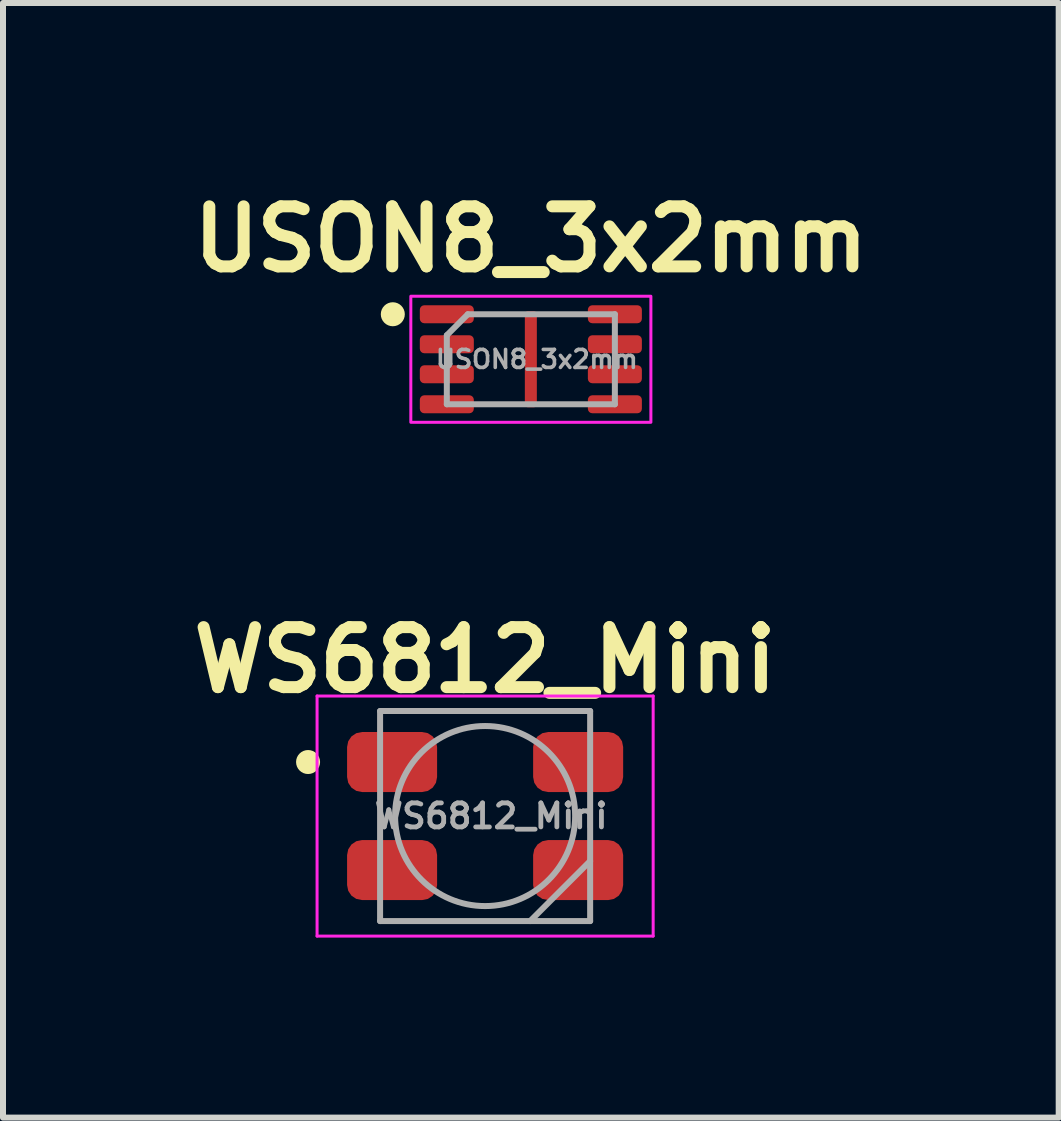
<source format=kicad_pcb>
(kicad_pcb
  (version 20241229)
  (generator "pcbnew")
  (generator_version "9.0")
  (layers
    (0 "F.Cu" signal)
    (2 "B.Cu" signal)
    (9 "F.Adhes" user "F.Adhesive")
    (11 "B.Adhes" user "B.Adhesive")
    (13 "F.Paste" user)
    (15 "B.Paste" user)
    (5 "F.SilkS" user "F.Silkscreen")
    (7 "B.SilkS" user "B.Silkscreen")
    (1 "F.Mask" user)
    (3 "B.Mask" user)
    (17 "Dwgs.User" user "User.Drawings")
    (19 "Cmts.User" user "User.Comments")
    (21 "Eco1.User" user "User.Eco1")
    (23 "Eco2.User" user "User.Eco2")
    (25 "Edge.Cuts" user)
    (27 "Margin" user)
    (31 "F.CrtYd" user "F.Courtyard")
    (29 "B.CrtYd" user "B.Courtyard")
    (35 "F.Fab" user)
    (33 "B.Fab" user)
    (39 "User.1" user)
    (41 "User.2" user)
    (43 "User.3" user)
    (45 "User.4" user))
  (footprint "WS6812_Mini"
    (layer "F.Cu")
    (at 5.033 10.547)
    (property "Reference" "WS6812_Mini" (at 0 -2.6 0) (unlocked yes) (layer "F.SilkS") (effects (font (size 1 1) (thickness 0.2))))
    (attr smd)
    (fp_circle (center -2.95 -0.9) (end -2.8 -0.9) (stroke (width 0.1) (type solid)) (fill yes) (layer "F.SilkS"))
    (fp_line (start -2.8 -2) (end -2.8 2) (stroke (width 0.05) (type solid)) (layer "F.CrtYd"))
    (fp_line (start -2.8 2) (end 2.8 2) (stroke (width 0.05) (type solid)) (layer "F.CrtYd"))
    (fp_line (start 2.8 -2) (end -2.8 -2) (stroke (width 0.05) (type solid)) (layer "F.CrtYd"))
    (fp_line (start 2.8 2) (end 2.8 -2) (stroke (width 0.05) (type solid)) (layer "F.CrtYd"))
    (fp_line (start -1.75 -1.75) (end -1.75 1.75) (stroke (width 0.1) (type solid)) (layer "F.Fab"))
    (fp_line (start -1.75 1.75) (end 1.75 1.75) (stroke (width 0.1) (type solid)) (layer "F.Fab"))
    (fp_line (start 1.75 -1.75) (end -1.75 -1.75) (stroke (width 0.1) (type solid)) (layer "F.Fab"))
    (fp_line (start 1.75 0.75) (end 0.75 1.75) (stroke (width 0.1) (type solid)) (layer "F.Fab"))
    (fp_line (start 1.75 1.75) (end 1.75 -1.75) (stroke (width 0.1) (type solid)) (layer "F.Fab"))
    (fp_circle (center 0 0) (end 0 -1.5) (stroke (width 0.1) (type solid)) (fill no) (layer "F.Fab"))
    (fp_text user "${REFERENCE}" (at 0.1 0 0) (unlocked yes) (layer "F.Fab") (effects (font (size 0.4 0.4) (thickness 0.08))))
    (pad "1" smd roundrect (at -1.55 -0.9) (size 1.5 1) (layers "F.Cu" "F.Mask" "F.Paste") (roundrect_rratio 0.25))
    (pad "2" smd roundrect (at -1.55 0.9) (size 1.5 1) (layers "F.Cu" "F.Mask" "F.Paste") (roundrect_rratio 0.25))
    (pad "3" smd roundrect (at 1.55 0.9) (size 1.5 1) (layers "F.Cu" "F.Mask" "F.Paste") (roundrect_rratio 0.25))
    (pad "4" smd roundrect (at 1.55 -0.9) (size 1.5 1) (layers "F.Cu" "F.Mask" "F.Paste") (roundrect_rratio 0.25)))
  (footprint "USON8_3x2mm"
    (layer "F.Cu")
    (at 5.795 2.936)
    (property "Reference" "USON8_3x2mm" (at 0 -2 0) (unlocked yes) (layer "F.SilkS") (effects (font (size 1 1) (thickness 0.2))))
    (attr smd)
    (fp_circle (center -2.3 -0.75) (end -2.15 -0.75) (stroke (width 0.1) (type solid)) (fill yes) (layer "F.SilkS"))
    (fp_rect (start -2 -1.05) (end 2 1.05) (stroke (width 0.05) (type solid)) (fill no) (layer "F.CrtYd"))
    (fp_line (start -1.4 -0.4) (end -1.4 0.75) (stroke (width 0.1) (type solid)) (layer "F.Fab"))
    (fp_line (start -1.4 0.75) (end 1.4 0.75) (stroke (width 0.1) (type solid)) (layer "F.Fab"))
    (fp_line (start -1.05 -0.75) (end -1.4 -0.4) (stroke (width 0.1) (type solid)) (layer "F.Fab"))
    (fp_line (start 1.4 -0.75) (end -1.05 -0.75) (stroke (width 0.1) (type solid)) (layer "F.Fab"))
    (fp_line (start 1.4 0.75) (end 1.4 -0.75) (stroke (width 0.1) (type solid)) (layer "F.Fab"))
    (fp_text user "${REFERENCE}" (at 0.1 0 0) (unlocked yes) (layer "F.Fab") (effects (font (size 0.3 0.3) (thickness 0.06))))
    (pad "1" smd roundrect (at -1.4 -0.75) (size 0.9 0.3) (layers "F.Cu" "F.Mask" "F.Paste") (roundrect_rratio 0.25))
    (pad "2" smd roundrect (at -1.4 -0.25) (size 0.9 0.3) (layers "F.Cu" "F.Mask" "F.Paste") (roundrect_rratio 0.25))
    (pad "3" smd roundrect (at -1.4 0.25) (size 0.9 0.3) (layers "F.Cu" "F.Mask" "F.Paste") (roundrect_rratio 0.25))
    (pad "4" smd roundrect (at -1.4 0.75) (size 0.9 0.3) (layers "F.Cu" "F.Mask" "F.Paste") (roundrect_rratio 0.25))
    (pad "5" smd roundrect (at 1.4 0.75) (size 0.9 0.3) (layers "F.Cu" "F.Mask" "F.Paste") (roundrect_rratio 0.25))
    (pad "6" smd roundrect (at 1.4 0.25) (size 0.9 0.3) (layers "F.Cu" "F.Mask" "F.Paste") (roundrect_rratio 0.25))
    (pad "7" smd roundrect (at 1.4 -0.25) (size 0.9 0.3) (layers "F.Cu" "F.Mask" "F.Paste") (roundrect_rratio 0.25))
    (pad "8" smd roundrect (at 1.4 -0.75) (size 0.9 0.3) (layers "F.Cu" "F.Mask" "F.Paste") (roundrect_rratio 0.25))
    (pad "9" smd roundrect (at 0 0) (size 0.2 1.6) (layers "F.Cu" "F.Mask" "F.Paste") (roundrect_rratio 0.25)))
  (gr_rect
    (start -3 -3)
    (end 14.59 15.572)
    (stroke (width 0.1) (type default))
    (fill no)
    (layer "Edge.Cuts")))
</source>
